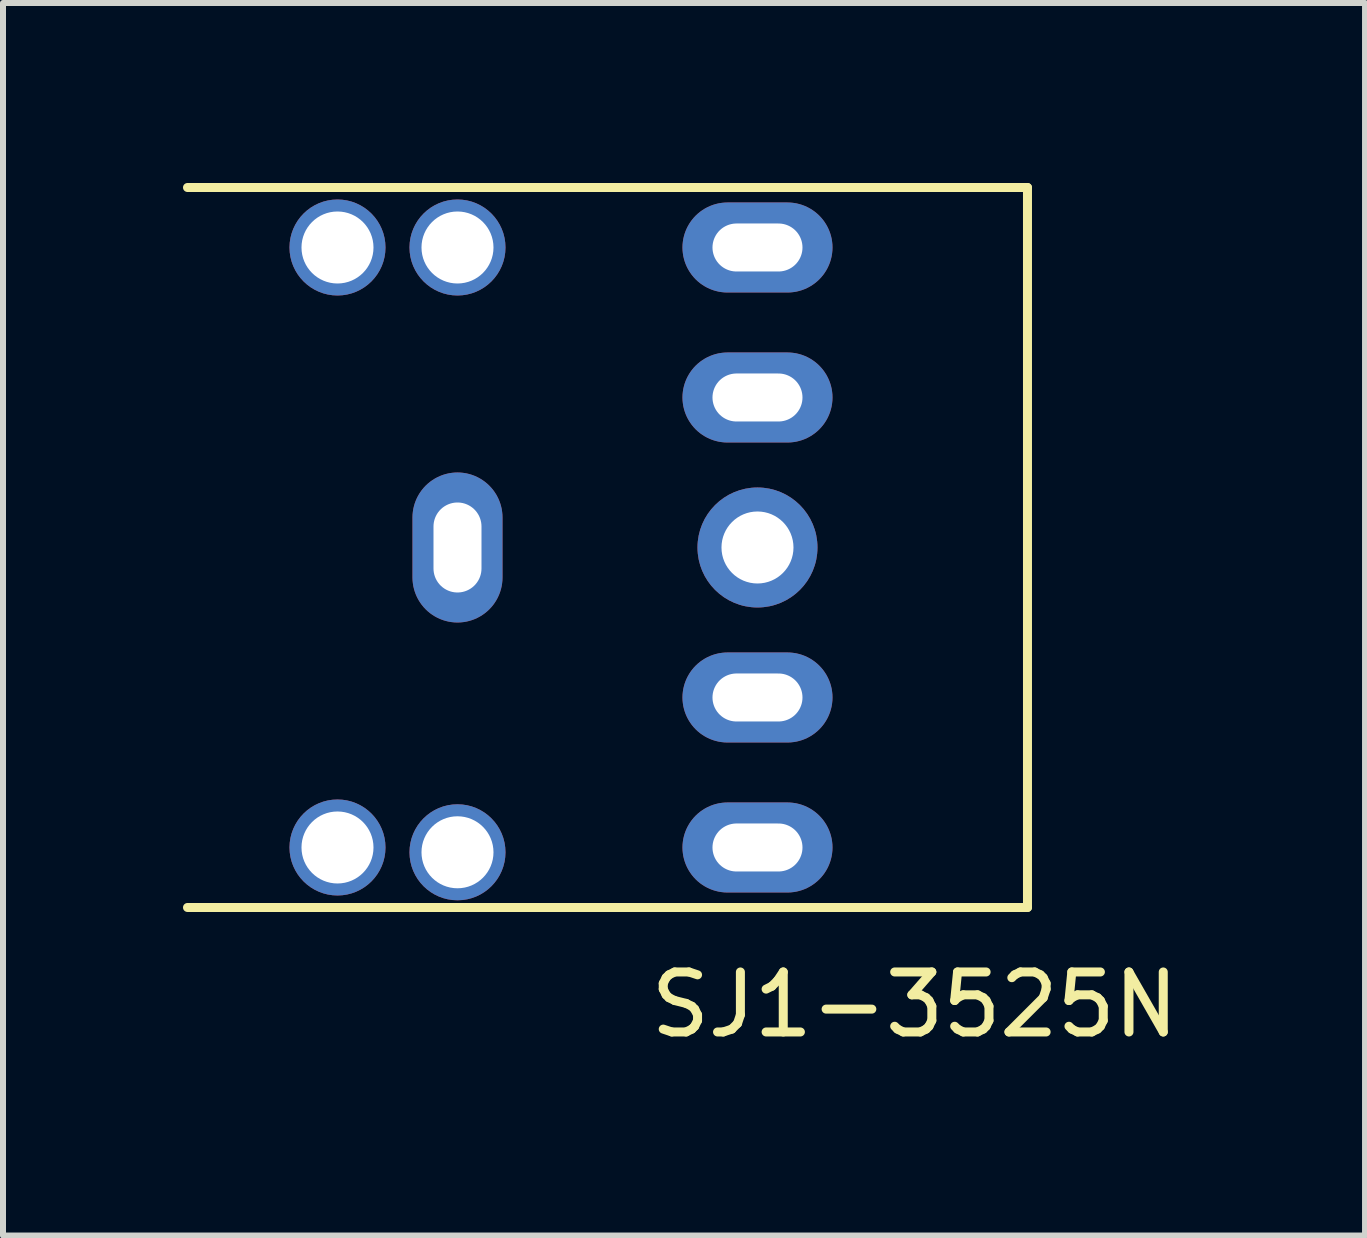
<source format=kicad_pcb>
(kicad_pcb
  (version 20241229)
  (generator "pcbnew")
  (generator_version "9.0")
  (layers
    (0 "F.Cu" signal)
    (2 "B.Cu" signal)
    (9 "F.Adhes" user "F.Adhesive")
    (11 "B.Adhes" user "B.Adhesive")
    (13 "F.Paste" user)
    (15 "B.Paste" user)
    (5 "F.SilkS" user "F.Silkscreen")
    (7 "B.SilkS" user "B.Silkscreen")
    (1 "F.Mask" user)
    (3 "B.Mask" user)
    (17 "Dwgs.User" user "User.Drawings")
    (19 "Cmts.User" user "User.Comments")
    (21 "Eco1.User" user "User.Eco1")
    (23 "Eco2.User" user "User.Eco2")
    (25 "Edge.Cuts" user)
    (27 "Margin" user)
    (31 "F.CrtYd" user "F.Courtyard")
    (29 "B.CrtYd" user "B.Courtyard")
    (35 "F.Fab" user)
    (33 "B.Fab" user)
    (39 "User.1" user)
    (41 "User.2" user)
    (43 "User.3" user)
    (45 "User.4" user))
  (footprint "SJ1-3525N"
    (layer "F.Cu")
    (at 4.575 6.075)
    (property "Reference" "SJ1-3525N" (at 7.62 7.62 0) (layer "F.SilkS") (effects (font (size 1 1) (thickness 0.15))))
    (attr through_hole)
    (fp_line (start -4.5 6) (end 9.5 6) (stroke (width 0.15) (type solid)) (layer "F.SilkS"))
    (fp_line (start 9.5 -6) (end -4.5 -6) (stroke (width 0.15) (type solid)) (layer "F.SilkS"))
    (fp_line (start 9.5 -6) (end 9.5 6) (stroke (width 0.15) (type solid)) (layer "F.SilkS"))
    (pad "" thru_hole circle (at -2 -5) (size 1.6 1.6) (drill 1.2) (layers "*.Cu" "*.Mask"))
    (pad "" thru_hole circle (at -2 5) (size 1.6 1.6) (drill 1.2) (layers "*.Cu" "*.Mask"))
    (pad "" thru_hole circle (at 0 -5) (size 1.6 1.6) (drill 1.2) (layers "*.Cu" "*.Mask"))
    (pad "" thru_hole circle (at 0 5.08) (size 1.6 1.6) (drill 1.2) (layers "*.Cu" "*.Mask"))
    (pad "" thru_hole circle (at 5 0) (size 2 2) (drill 1.2) (layers "*.Cu" "*.Mask"))
    (pad "1" thru_hole oval (at 0 0) (size 1.5 2.5) (drill oval 0.8 1.5) (layers "*.Cu" "*.Mask"))
    (pad "2" thru_hole oval (at 5 5) (size 2.5 1.5) (drill oval 1.5 0.8) (layers "*.Cu" "*.Mask"))
    (pad "3" thru_hole oval (at 5 -5) (size 2.5 1.5) (drill oval 1.5 0.8) (layers "*.Cu" "*.Mask"))
    (pad "5" thru_hole oval (at 5 2.5) (size 2.5 1.5) (drill oval 1.5 0.8) (layers "*.Cu" "*.Mask"))
    (pad "6" thru_hole oval (at 5 -2.5) (size 2.5 1.5) (drill oval 1.5 0.8) (layers "*.Cu" "*.Mask")))
  (gr_rect
    (start -3 -3)
    (end 19.701 17.543)
    (stroke (width 0.1) (type default))
    (fill no)
    (layer "Edge.Cuts")))
</source>
